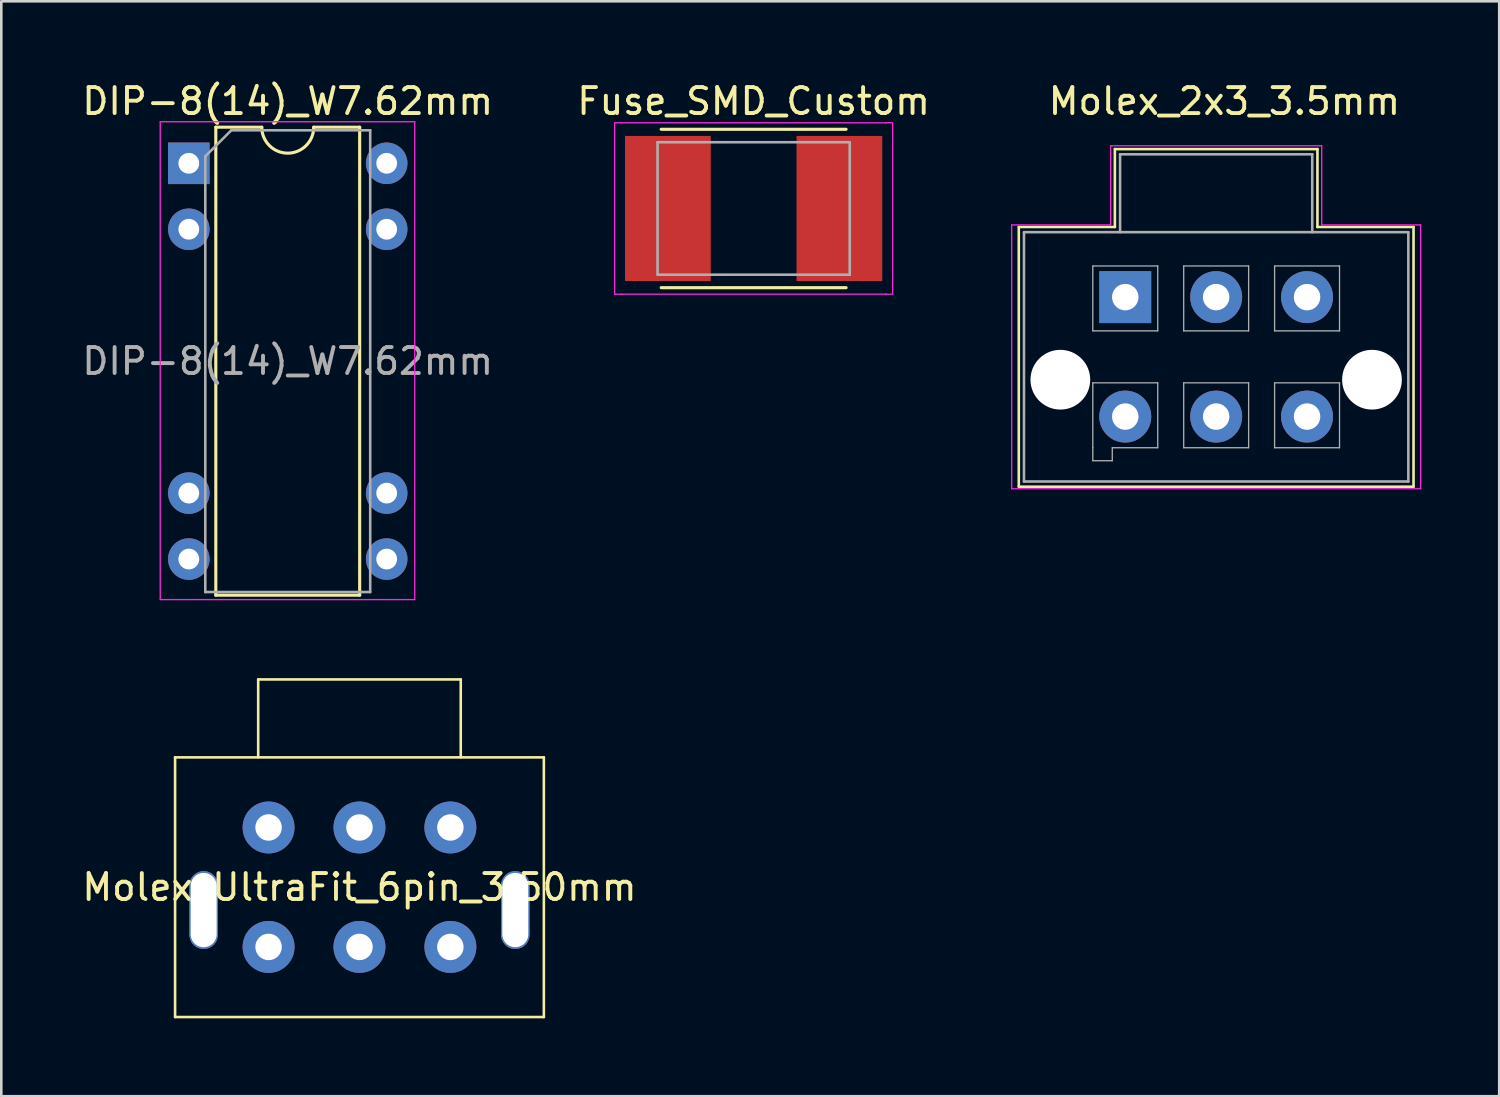
<source format=kicad_pcb>
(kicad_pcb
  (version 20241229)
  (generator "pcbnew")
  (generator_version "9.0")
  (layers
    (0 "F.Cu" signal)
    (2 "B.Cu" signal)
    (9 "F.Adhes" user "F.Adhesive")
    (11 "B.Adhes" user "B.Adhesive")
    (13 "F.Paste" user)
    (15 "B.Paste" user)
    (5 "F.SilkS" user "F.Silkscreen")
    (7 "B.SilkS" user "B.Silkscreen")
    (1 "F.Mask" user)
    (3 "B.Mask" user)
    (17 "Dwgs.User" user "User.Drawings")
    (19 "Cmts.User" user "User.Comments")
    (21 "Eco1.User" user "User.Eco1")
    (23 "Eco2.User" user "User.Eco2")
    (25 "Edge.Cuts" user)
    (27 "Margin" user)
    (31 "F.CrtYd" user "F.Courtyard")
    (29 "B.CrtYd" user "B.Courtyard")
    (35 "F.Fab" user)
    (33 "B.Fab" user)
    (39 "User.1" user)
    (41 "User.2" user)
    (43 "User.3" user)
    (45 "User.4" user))
  (footprint "Fuse_SMD_Custom"
    (layer "F.Cu")
    (at 25.97 4.978)
    (property "Reference" "Fuse_SMD_Custom" (at 0 -4.13 0) (layer "F.SilkS") (effects (font (size 1 1) (thickness 0.15))))
    (attr smd)
    (fp_line (start -3.56 -3.05) (end 3.56 -3.05) (stroke (width 0.12) (type solid)) (layer "F.SilkS"))
    (fp_line (start -3.56 3.05) (end 3.56 3.05) (stroke (width 0.12) (type solid)) (layer "F.SilkS"))
    (fp_line (start -5.354 -3.3) (end -5.354 3.3) (stroke (width 0.05) (type solid)) (layer "F.CrtYd"))
    (fp_line (start -5.334 -3.302) (end -5.08 -3.302) (stroke (width 0.05) (type solid)) (layer "F.CrtYd"))
    (fp_line (start -5.334 3.302) (end -5.08 3.302) (stroke (width 0.05) (type solid)) (layer "F.CrtYd"))
    (fp_line (start -5.1 -3.3) (end 5.1 -3.3) (stroke (width 0.05) (type solid)) (layer "F.CrtYd"))
    (fp_line (start -5.1 3.3) (end 5.1 3.3) (stroke (width 0.05) (type solid)) (layer "F.CrtYd"))
    (fp_line (start 5.08 -3.302) (end 5.334 -3.302) (stroke (width 0.05) (type solid)) (layer "F.CrtYd"))
    (fp_line (start 5.08 3.302) (end 5.334 3.302) (stroke (width 0.05) (type solid)) (layer "F.CrtYd"))
    (fp_line (start 5.354 -3.3) (end 5.354 3.3) (stroke (width 0.05) (type solid)) (layer "F.CrtYd"))
    (fp_line (start -3.7 -2.55) (end 3.7 -2.55) (stroke (width 0.1) (type solid)) (layer "F.Fab"))
    (fp_line (start -3.7 2.55) (end -3.7 -2.55) (stroke (width 0.1) (type solid)) (layer "F.Fab"))
    (fp_line (start 3.7 -2.55) (end 3.7 2.55) (stroke (width 0.1) (type solid)) (layer "F.Fab"))
    (fp_line (start 3.7 2.55) (end -3.7 2.55) (stroke (width 0.1) (type solid)) (layer "F.Fab"))
    (pad "1" smd rect (at -3.302 0 90) (size 5.588 3.302) (layers "F.Cu" "F.Mask" "F.Paste"))
    (pad "2" smd rect (at 3.302 0 90) (size 5.588 3.302) (layers "F.Cu" "F.Mask" "F.Paste")))
  (footprint "DIP-8(14)_W7.62mm"
    (layer "F.Cu")
    (at 4.22 3.238)
    (property "Reference" "DIP-8(14)_W7.62mm" (at 3.81 -2.39 0) (layer "F.SilkS") (effects (font (size 1 1) (thickness 0.15))))
    (attr through_hole)
    (fp_line (start 1.04 -1.39) (end 1.04 16.63) (stroke (width 0.12) (type solid)) (layer "F.SilkS"))
    (fp_line (start 1.04 16.63) (end 6.58 16.63) (stroke (width 0.12) (type solid)) (layer "F.SilkS"))
    (fp_line (start 2.81 -1.39) (end 1.04 -1.39) (stroke (width 0.12) (type solid)) (layer "F.SilkS"))
    (fp_line (start 6.58 -1.39) (end 4.81 -1.39) (stroke (width 0.12) (type solid)) (layer "F.SilkS"))
    (fp_line (start 6.58 16.63) (end 6.58 -1.39) (stroke (width 0.12) (type solid)) (layer "F.SilkS"))
    (fp_arc (start 4.81 -1.39) (mid 3.81 -0.39) (end 2.81 -1.39) (stroke (width 0.12) (type solid)) (layer "F.SilkS"))
    (fp_line (start -1.1 -1.6) (end -1.1 16.8) (stroke (width 0.05) (type solid)) (layer "F.CrtYd"))
    (fp_line (start -1.1 16.8) (end 8.7 16.8) (stroke (width 0.05) (type solid)) (layer "F.CrtYd"))
    (fp_line (start 8.7 -1.6) (end -1.1 -1.6) (stroke (width 0.05) (type solid)) (layer "F.CrtYd"))
    (fp_line (start 8.7 16.8) (end 8.7 -1.6) (stroke (width 0.05) (type solid)) (layer "F.CrtYd"))
    (fp_line (start 0.635 -0.27) (end 1.635 -1.27) (stroke (width 0.1) (type solid)) (layer "F.Fab"))
    (fp_line (start 0.635 16.51) (end 0.635 -0.27) (stroke (width 0.1) (type solid)) (layer "F.Fab"))
    (fp_line (start 1.635 -1.27) (end 6.985 -1.27) (stroke (width 0.1) (type solid)) (layer "F.Fab"))
    (fp_line (start 6.985 -1.27) (end 6.985 16.51) (stroke (width 0.1) (type solid)) (layer "F.Fab"))
    (fp_line (start 6.985 16.51) (end 0.635 16.51) (stroke (width 0.1) (type solid)) (layer "F.Fab"))
    (fp_text user "${REFERENCE}" (at 3.81 7.62 0) (layer "F.Fab") (effects (font (size 1 1) (thickness 0.15))))
    (pad "1" thru_hole rect (at 0 0) (size 1.6 1.6) (drill 0.8) (layers "*.Cu" "*.Mask"))
    (pad "2" thru_hole oval (at 0 2.54) (size 1.6 1.6) (drill 0.8) (layers "*.Cu" "*.Mask"))
    (pad "3" thru_hole oval (at 0 12.7) (size 1.6 1.6) (drill 0.8) (layers "*.Cu" "*.Mask"))
    (pad "4" thru_hole oval (at 0 15.24) (size 1.6 1.6) (drill 0.8) (layers "*.Cu" "*.Mask"))
    (pad "5" thru_hole oval (at 7.62 15.24) (size 1.6 1.6) (drill 0.8) (layers "*.Cu" "*.Mask"))
    (pad "6" thru_hole oval (at 7.62 12.7) (size 1.6 1.6) (drill 0.8) (layers "*.Cu" "*.Mask"))
    (pad "7" thru_hole oval (at 7.62 2.54) (size 1.6 1.6) (drill 0.8) (layers "*.Cu" "*.Mask"))
    (pad "8" thru_hole oval (at 7.62 0) (size 1.6 1.6) (drill 0.8) (layers "*.Cu" "*.Mask")))
  (footprint "Molex_UltraFit_6pin_3.50mm"
    (layer "F.Cu")
    (at 10.792 31.113)
    (property "Reference" "Molex_UltraFit_6pin_3.50mm" (at 0 0 0) (layer "F.SilkS") (effects (font (size 1 1) (thickness 0.15))))
    (attr through_hole)
    (fp_line (start -7.1 -5) (end -7.1 5) (stroke (width 0.1) (type solid)) (layer "F.SilkS"))
    (fp_line (start -7.1 5) (end 7.1 5) (stroke (width 0.1) (type solid)) (layer "F.SilkS"))
    (fp_line (start -3.9 -8) (end 3.9 -8) (stroke (width 0.1) (type solid)) (layer "F.SilkS"))
    (fp_line (start -3.9 -5) (end -3.9 -8) (stroke (width 0.1) (type solid)) (layer "F.SilkS"))
    (fp_line (start 3.9 -8) (end 3.9 -5) (stroke (width 0.1) (type solid)) (layer "F.SilkS"))
    (fp_line (start 7.1 -5) (end -7.1 -5) (stroke (width 0.1) (type solid)) (layer "F.SilkS"))
    (fp_line (start 7.1 5) (end 7.1 -5) (stroke (width 0.1) (type solid)) (layer "F.SilkS"))
    (pad "1" thru_hole circle (at -3.5 -2.3) (size 2 2) (drill 1.02) (layers "*.Cu" "*.Mask"))
    (pad "2" thru_hole circle (at 0 -2.3) (size 2 2) (drill 1.02) (layers "*.Cu" "*.Mask"))
    (pad "3" thru_hole circle (at 3.5 -2.3) (size 2 2) (drill 1.02) (layers "*.Cu" "*.Mask"))
    (pad "4" thru_hole circle (at -3.5 2.3) (size 2 2) (drill 1.02) (layers "*.Cu" "*.Mask"))
    (pad "5" thru_hole circle (at 0 2.3) (size 2 2) (drill 1.02) (layers "*.Cu" "*.Mask"))
    (pad "6" thru_hole circle (at 3.5 2.3) (size 2 2) (drill 1.02) (layers "*.Cu" "*.Mask"))
    (pad "CLIP" thru_hole oval (at -6 0.88) (size 1.1 3) (drill oval 1 2.86) (layers "*.Cu" "*.Mask"))
    (pad "CLIP" thru_hole oval (at 6 0.88) (size 1.1 3) (drill oval 1 2.86) (layers "*.Cu" "*.Mask")))
  (footprint "Molex_2x3_3.5mm"
    (layer "F.Cu")
    (at 43.78 10.691)
    (property "Reference" "Molex_2x3_3.5mm" (at 0.318 -9.842 0) (layer "F.SilkS") (effects (font (size 1 1) (thickness 0.15))))
    (attr through_hole)
    (fp_line (start -7.6 -5) (end -7.6 5) (stroke (width 0.1) (type solid)) (layer "F.SilkS"))
    (fp_line (start -7.6 -5) (end -3.9 -5) (stroke (width 0.1) (type solid)) (layer "F.SilkS"))
    (fp_line (start -7.6 5) (end 7.6 5) (stroke (width 0.1) (type solid)) (layer "F.SilkS"))
    (fp_line (start -3.9 -8) (end 3.9 -8) (stroke (width 0.1) (type solid)) (layer "F.SilkS"))
    (fp_line (start -3.9 -5) (end -3.9 -8) (stroke (width 0.1) (type solid)) (layer "F.SilkS"))
    (fp_line (start 3.9 -8) (end 3.9 -5) (stroke (width 0.1) (type solid)) (layer "F.SilkS"))
    (fp_line (start 3.9 -5) (end 7.6 -5) (stroke (width 0.1) (type solid)) (layer "F.SilkS"))
    (fp_line (start 7.6 5) (end 7.6 -5) (stroke (width 0.1) (type solid)) (layer "F.SilkS"))
    (fp_line (start -7.874 -5.08) (end -4.064 -5.08) (stroke (width 0.05) (type solid)) (layer "F.CrtYd"))
    (fp_line (start -7.874 5.08) (end -7.874 -5.08) (stroke (width 0.05) (type solid)) (layer "F.CrtYd"))
    (fp_line (start -4.064 -8.128) (end 4.064 -8.128) (stroke (width 0.05) (type solid)) (layer "F.CrtYd"))
    (fp_line (start -4.064 -5.08) (end -4.064 -8.128) (stroke (width 0.05) (type solid)) (layer "F.CrtYd"))
    (fp_line (start 4.064 -8.128) (end 4.064 -5.08) (stroke (width 0.05) (type solid)) (layer "F.CrtYd"))
    (fp_line (start 4.064 -5.08) (end 7.874 -5.08) (stroke (width 0.05) (type solid)) (layer "F.CrtYd"))
    (fp_line (start 7.874 -5.08) (end 7.874 5.08) (stroke (width 0.05) (type solid)) (layer "F.CrtYd"))
    (fp_line (start 7.874 5.08) (end -7.874 5.08) (stroke (width 0.05) (type solid)) (layer "F.CrtYd"))
    (fp_line (start -7.4 -4.8) (end -7.4 4.8) (stroke (width 0.1) (type solid)) (layer "F.Fab"))
    (fp_line (start -7.4 4.8) (end 7.4 4.8) (stroke (width 0.1) (type solid)) (layer "F.Fab"))
    (fp_line (start -4.75 -3.5) (end -2.25 -3.5) (stroke (width 0.05) (type solid)) (layer "F.Fab"))
    (fp_line (start -4.75 -1) (end -4.75 -3.5) (stroke (width 0.05) (type solid)) (layer "F.Fab"))
    (fp_line (start -4.75 1) (end -2.25 1) (stroke (width 0.05) (type solid)) (layer "F.Fab"))
    (fp_line (start -4.75 3.5) (end -4.75 1) (stroke (width 0.05) (type solid)) (layer "F.Fab"))
    (fp_line (start -4.75 4) (end -4.75 3.5) (stroke (width 0.05) (type solid)) (layer "F.Fab"))
    (fp_line (start -4 3.5) (end -4 4) (stroke (width 0.05) (type solid)) (layer "F.Fab"))
    (fp_line (start -4 4) (end -4.75 4) (stroke (width 0.05) (type solid)) (layer "F.Fab"))
    (fp_line (start -3.7 -7.8) (end -3.7 -4.8) (stroke (width 0.1) (type solid)) (layer "F.Fab"))
    (fp_line (start -2.25 -3.5) (end -2.25 -1) (stroke (width 0.05) (type solid)) (layer "F.Fab"))
    (fp_line (start -2.25 -1) (end -4.75 -1) (stroke (width 0.05) (type solid)) (layer "F.Fab"))
    (fp_line (start -2.25 1) (end -2.25 3.5) (stroke (width 0.05) (type solid)) (layer "F.Fab"))
    (fp_line (start -2.25 3.5) (end -4 3.5) (stroke (width 0.05) (type solid)) (layer "F.Fab"))
    (fp_line (start -1.25 -3.5) (end 1.25 -3.5) (stroke (width 0.05) (type solid)) (layer "F.Fab"))
    (fp_line (start -1.25 -1) (end -1.25 -3.5) (stroke (width 0.05) (type solid)) (layer "F.Fab"))
    (fp_line (start -1.25 1) (end -1.25 3.5) (stroke (width 0.05) (type solid)) (layer "F.Fab"))
    (fp_line (start -1.25 3.5) (end 1.25 3.5) (stroke (width 0.05) (type solid)) (layer "F.Fab"))
    (fp_line (start 1.25 -3.5) (end 1.25 -1) (stroke (width 0.05) (type solid)) (layer "F.Fab"))
    (fp_line (start 1.25 -1) (end -1.25 -1) (stroke (width 0.05) (type solid)) (layer "F.Fab"))
    (fp_line (start 1.25 1) (end -1.25 1) (stroke (width 0.05) (type solid)) (layer "F.Fab"))
    (fp_line (start 1.25 3.5) (end 1.25 1) (stroke (width 0.05) (type solid)) (layer "F.Fab"))
    (fp_line (start 2.25 -3.5) (end 4.75 -3.5) (stroke (width 0.05) (type solid)) (layer "F.Fab"))
    (fp_line (start 2.25 -1) (end 2.25 -3.5) (stroke (width 0.05) (type solid)) (layer "F.Fab"))
    (fp_line (start 2.25 1) (end 2.25 3.5) (stroke (width 0.05) (type solid)) (layer "F.Fab"))
    (fp_line (start 2.25 3.5) (end 4.75 3.5) (stroke (width 0.05) (type solid)) (layer "F.Fab"))
    (fp_line (start 3.7 -7.8) (end -3.7 -7.8) (stroke (width 0.1) (type solid)) (layer "F.Fab"))
    (fp_line (start 3.7 -4.8) (end 3.7 -7.8) (stroke (width 0.1) (type solid)) (layer "F.Fab"))
    (fp_line (start 4.75 -3.5) (end 4.75 -1) (stroke (width 0.05) (type solid)) (layer "F.Fab"))
    (fp_line (start 4.75 -1) (end 2.25 -1) (stroke (width 0.05) (type solid)) (layer "F.Fab"))
    (fp_line (start 4.75 1) (end 2.25 1) (stroke (width 0.05) (type solid)) (layer "F.Fab"))
    (fp_line (start 4.75 3.5) (end 4.75 1) (stroke (width 0.05) (type solid)) (layer "F.Fab"))
    (fp_line (start 7.4 -4.8) (end -7.4 -4.8) (stroke (width 0.1) (type solid)) (layer "F.Fab"))
    (fp_line (start 7.4 4.8) (end 7.4 -4.8) (stroke (width 0.1) (type solid)) (layer "F.Fab"))
    (pad "" np_thru_hole circle (at -6 0.88) (size 2.3 2.3) (drill 2.3) (layers "*.Cu" "*.Mask"))
    (pad "" np_thru_hole circle (at 6 0.88) (size 2.3 2.3) (drill 2.3) (layers "*.Cu" "*.Mask"))
    (pad "1" thru_hole rect (at -3.5 -2.3) (size 2 2) (drill 1.02) (layers "*.Cu" "*.Mask"))
    (pad "2" thru_hole circle (at 0 -2.3) (size 2 2) (drill 1.02) (layers "*.Cu" "*.Mask"))
    (pad "3" thru_hole circle (at 3.5 -2.3) (size 2 2) (drill 1.02) (layers "*.Cu" "*.Mask"))
    (pad "4" thru_hole circle (at -3.5 2.3) (size 2 2) (drill 1.02) (layers "*.Cu" "*.Mask"))
    (pad "5" thru_hole circle (at 0 2.3) (size 2 2) (drill 1.02) (layers "*.Cu" "*.Mask"))
    (pad "6" thru_hole circle (at 3.5 2.3) (size 2 2) (drill 1.02) (layers "*.Cu" "*.Mask")))
  (gr_rect
    (start -3 -3)
    (end 54.679 39.163)
    (stroke (width 0.1) (type default))
    (fill no)
    (layer "Edge.Cuts")))
</source>
